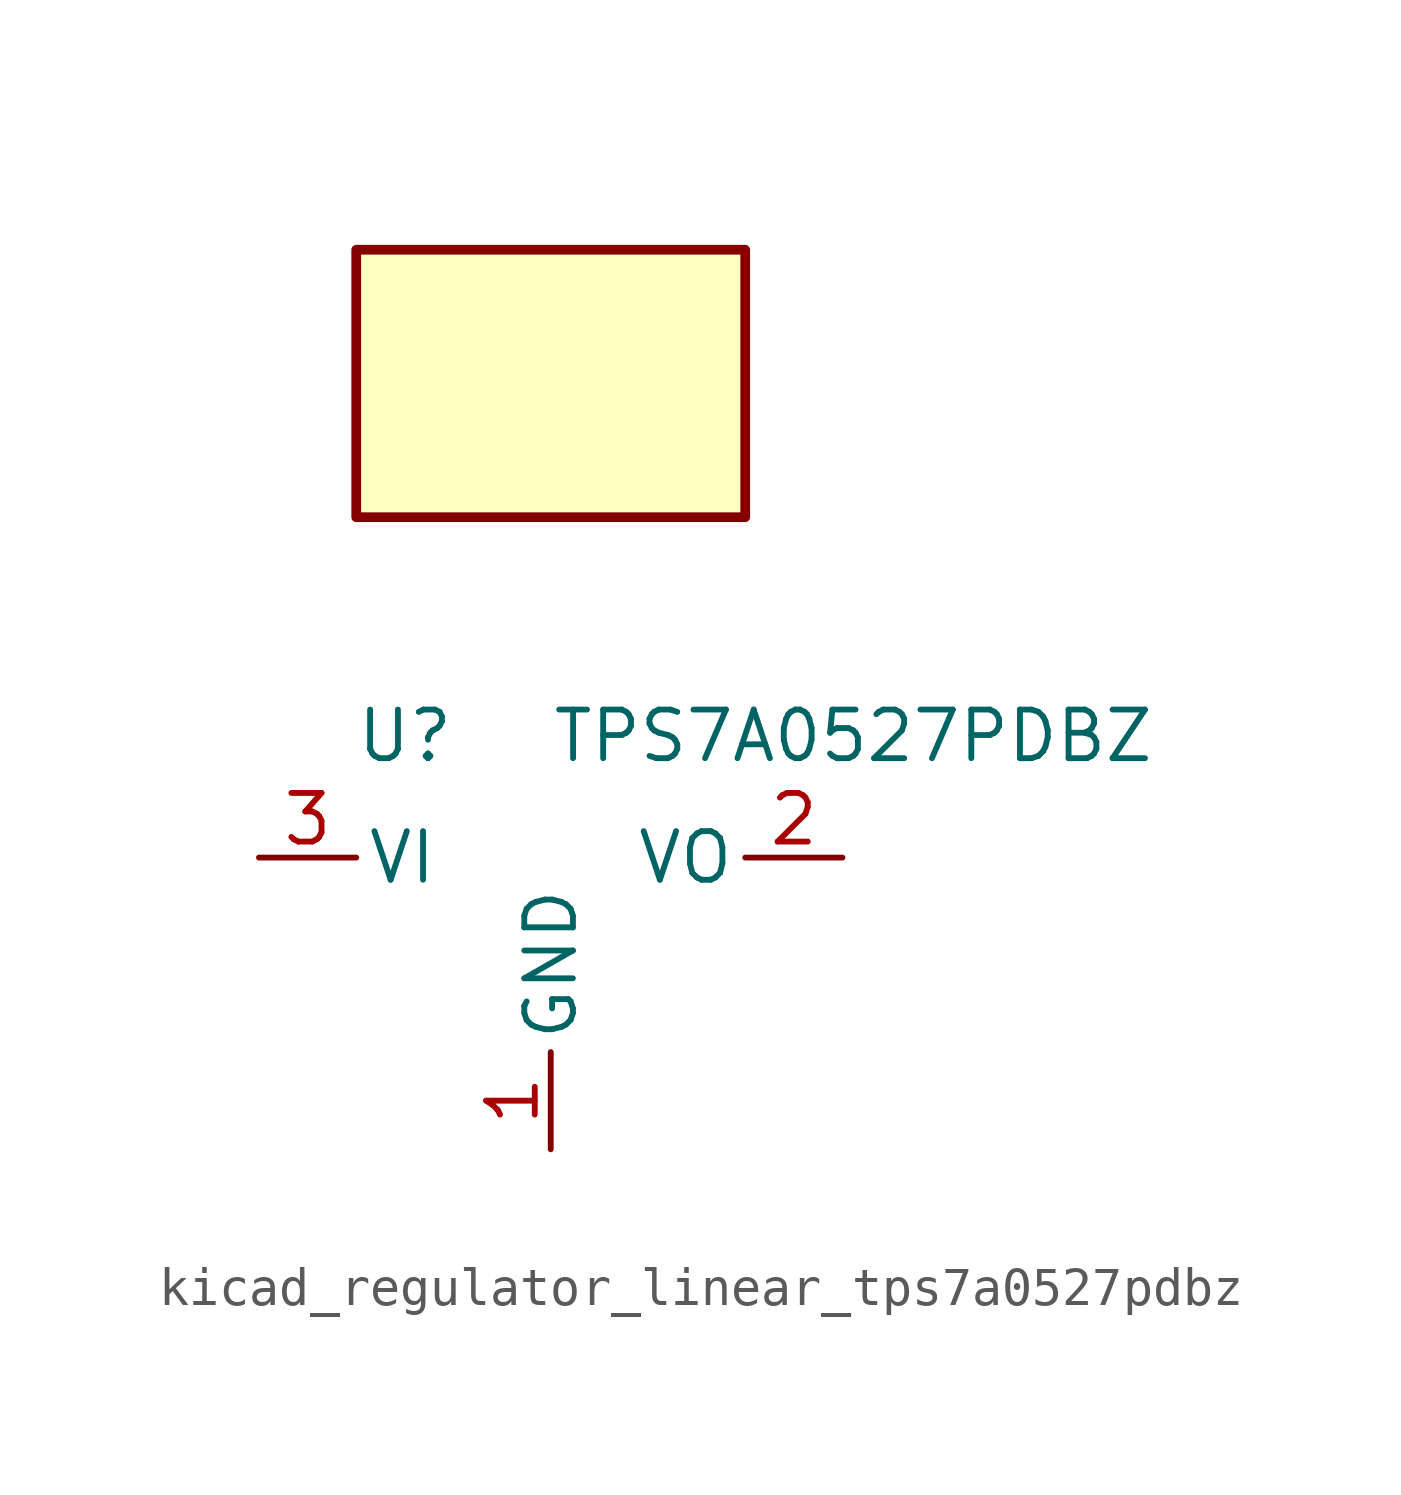
<source format=kicad_sym>
(kicad_symbol_lib
  (version 20220914)
  (generator kicad_symbol_editor)
  (symbol "kicad_regulator_linear_tps7a0527pdbz"
    (pin_names
      (offset 0.254))
    (property "Reference" "U"
      (at -3.81 3.175 0)
      (effects (font (size 1.27 1.27))))
    (property "Value" "TPS7A0527PDBZ"
      (at 0 3.175 0)
      (effects (font (size 1.27 1.27)) (justify left)))
    (symbol "kicad_regulator_linear_tps7a0527pdbz_0_1"
      (rectangle (start 5.08 15.875) (end -5.08 8.89) (stroke (width 0.254) (type default)) (fill (type background))))
    (symbol "kicad_regulator_linear_tps7a0527pdbz_1_1"
      (pin power_in line (at 0 -7.62 90) (length 2.54) (name "GND" (effects (font (size 1.27 1.27)))) (number "1" (effects (font (size 1.27 1.27)))))
      (pin power_out line (at 7.62 0 180) (length 2.54) (name "VO" (effects (font (size 1.27 1.27)))) (number "2" (effects (font (size 1.27 1.27)))))
      (pin power_in line (at -7.62 0 0) (length 2.54) (name "VI" (effects (font (size 1.27 1.27)))) (number "3" (effects (font (size 1.27 1.27))))))))
</source>
